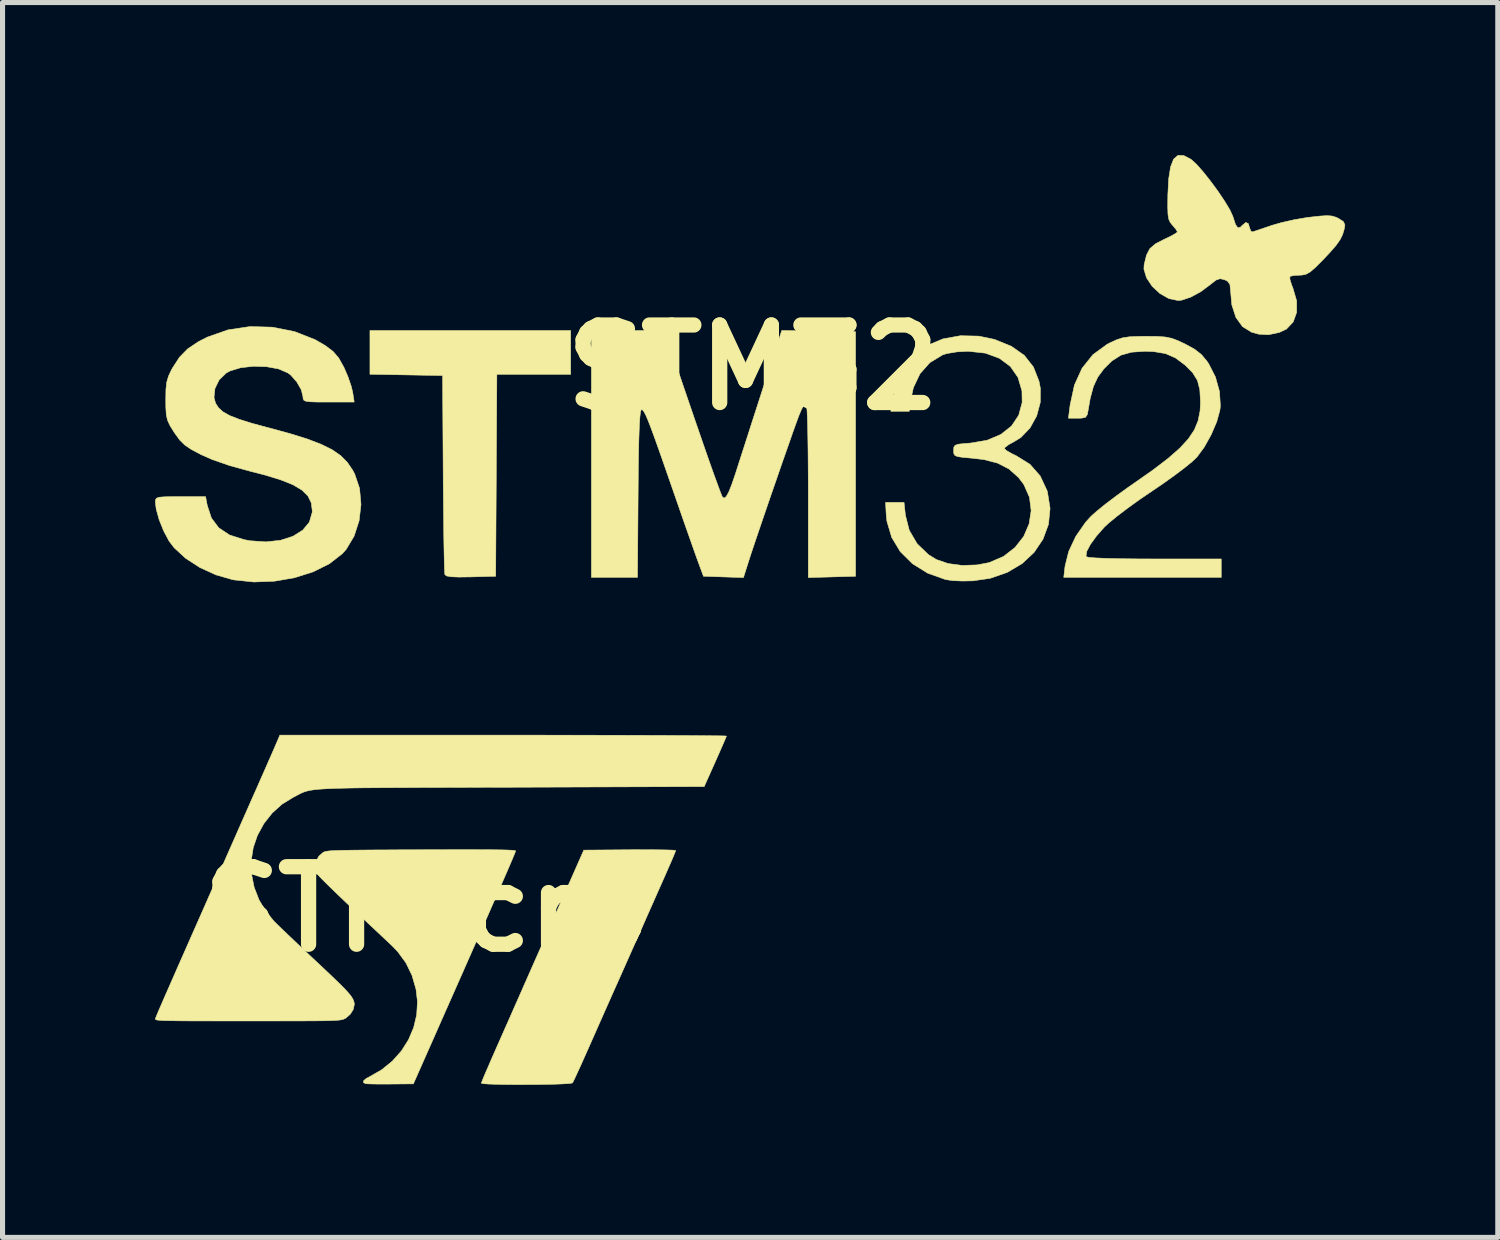
<source format=kicad_pcb>
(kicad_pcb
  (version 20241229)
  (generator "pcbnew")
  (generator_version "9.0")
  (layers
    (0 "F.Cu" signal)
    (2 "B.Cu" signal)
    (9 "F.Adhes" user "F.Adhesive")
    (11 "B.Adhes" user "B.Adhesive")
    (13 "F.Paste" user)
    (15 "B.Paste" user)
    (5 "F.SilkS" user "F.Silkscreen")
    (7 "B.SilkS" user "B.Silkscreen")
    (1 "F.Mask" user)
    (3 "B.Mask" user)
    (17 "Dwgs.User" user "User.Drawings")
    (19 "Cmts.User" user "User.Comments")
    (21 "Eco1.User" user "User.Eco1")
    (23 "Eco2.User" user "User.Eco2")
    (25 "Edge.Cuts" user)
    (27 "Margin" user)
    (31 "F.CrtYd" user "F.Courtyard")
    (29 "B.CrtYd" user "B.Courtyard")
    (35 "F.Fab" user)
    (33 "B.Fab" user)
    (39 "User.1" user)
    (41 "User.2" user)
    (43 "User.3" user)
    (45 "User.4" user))
  (footprint "STMicro"
    (layer "F.Cu")
    (at 5.339 14.824)
    (property "Reference" "STMicro" (at 0 0 0) (layer "F.SilkS") (effects (font (size 1.524 1.524) (thickness 0.3))))
    (attr through_hole)
    (fp_poly (pts (xy 4.389 -1.169) (xy 4.557 -1.167) (xy 4.697 -1.165) (xy 4.804 -1.162) (xy 4.872 -1.158) (xy 4.895 -1.153) (xy 4.885 -1.125) (xy 4.858 -1.058) (xy 4.817 -0.96) (xy 4.763 -0.837) (xy 4.702 -0.697) (xy 4.68 -0.647) (xy 4.604 -0.476) (xy 4.523 -0.294) (xy 4.445 -0.117) (xy 4.374 0.042) (xy 4.321 0.162) (xy 4.276 0.265) (xy 4.214 0.405) (xy 4.139 0.573) (xy 4.054 0.763) (xy 3.964 0.966) (xy 3.872 1.173) (xy 3.816 1.299) (xy 3.715 1.525) (xy 3.606 1.77) (xy 3.494 2.022) (xy 3.385 2.268) (xy 3.284 2.497) (xy 3.196 2.695) (xy 3.173 2.747) (xy 3.098 2.915) (xy 3.03 3.068) (xy 2.969 3.2) (xy 2.92 3.307) (xy 2.885 3.38) (xy 2.867 3.414) (xy 2.866 3.415) (xy 2.836 3.423) (xy 2.764 3.43) (xy 2.656 3.436) (xy 2.52 3.441) (xy 2.362 3.444) (xy 2.189 3.447) (xy 2.007 3.448) (xy 1.825 3.449) (xy 1.648 3.448) (xy 1.483 3.446) (xy 1.337 3.442) (xy 1.217 3.438) (xy 1.129 3.432) (xy 1.081 3.425) (xy 1.074 3.421) (xy 1.084 3.392) (xy 1.111 3.324) (xy 1.154 3.222) (xy 1.21 3.093) (xy 1.275 2.942) (xy 1.349 2.775) (xy 1.364 2.74) (xy 1.451 2.543) (xy 1.543 2.335) (xy 1.635 2.128) (xy 1.72 1.934) (xy 1.795 1.765) (xy 1.841 1.661) (xy 1.942 1.431) (xy 2.06 1.164) (xy 2.191 0.868) (xy 2.332 0.549) (xy 2.479 0.218) (xy 2.627 -0.119) (xy 2.775 -0.454) (xy 2.829 -0.574) (xy 3.088 -1.161) (xy 3.992 -1.168) (xy 4.199 -1.169) (xy 4.389 -1.169)) (stroke (width 0.01) (type solid)) (fill yes) (layer "F.SilkS"))
    (fp_poly (pts (xy 0.87 -1.17) (xy 1.106 -1.169) (xy 1.301 -1.168) (xy 1.458 -1.166) (xy 1.578 -1.163) (xy 1.665 -1.159) (xy 1.72 -1.154) (xy 1.746 -1.149) (xy 1.748 -1.146) (xy 1.742 -1.127) (xy 1.723 -1.079) (xy 1.691 -1.001) (xy 1.645 -0.893) (xy 1.585 -0.753) (xy 1.509 -0.579) (xy 1.419 -0.371) (xy 1.312 -0.128) (xy 1.189 0.153) (xy 1.048 0.471) (xy 0.89 0.829) (xy 0.714 1.228) (xy 0.519 1.669) (xy 0.305 2.152) (xy 0.072 2.68) (xy 0.064 2.697) (xy -0.262 3.434) (xy -0.712 3.438) (xy -0.859 3.438) (xy -0.991 3.438) (xy -1.099 3.436) (xy -1.174 3.433) (xy -1.205 3.43) (xy -1.245 3.406) (xy -1.239 3.371) (xy -1.19 3.329) (xy -1.13 3.297) (xy -0.888 3.159) (xy -0.676 2.987) (xy -0.499 2.789) (xy -0.358 2.567) (xy -0.257 2.328) (xy -0.197 2.076) (xy -0.182 1.816) (xy -0.21 1.576) (xy -0.289 1.302) (xy -0.409 1.055) (xy -0.572 0.833) (xy -0.677 0.724) (xy -0.716 0.687) (xy -0.786 0.621) (xy -0.884 0.529) (xy -1.004 0.416) (xy -1.142 0.287) (xy -1.292 0.145) (xy -1.451 -0.003) (xy -1.454 -0.007) (xy -1.61 -0.154) (xy -1.755 -0.293) (xy -1.885 -0.419) (xy -1.996 -0.528) (xy -2.083 -0.616) (xy -2.142 -0.679) (xy -2.169 -0.712) (xy -2.169 -0.714) (xy -2.194 -0.824) (xy -2.177 -0.938) (xy -2.122 -1.04) (xy -2.039 -1.114) (xy -2.022 -1.123) (xy -2.002 -1.131) (xy -1.974 -1.137) (xy -1.936 -1.143) (xy -1.883 -1.148) (xy -1.812 -1.152) (xy -1.72 -1.155) (xy -1.603 -1.158) (xy -1.458 -1.16) (xy -1.281 -1.162) (xy -1.069 -1.164) (xy -0.818 -1.165) (xy -0.525 -1.167) (xy -0.186 -1.168) (xy -0.106 -1.168) (xy 0.266 -1.169) (xy 0.59 -1.17) (xy 0.87 -1.17)) (stroke (width 0.01) (type solid)) (fill yes) (layer "F.SilkS"))
    (fp_poly (pts (xy 1.968 -3.422) (xy 2.418 -3.421) (xy 2.853 -3.421) (xy 3.269 -3.42) (xy 3.663 -3.419) (xy 4.034 -3.418) (xy 4.379 -3.417) (xy 4.694 -3.416) (xy 4.979 -3.414) (xy 5.23 -3.413) (xy 5.444 -3.411) (xy 5.62 -3.409) (xy 5.754 -3.408) (xy 5.844 -3.406) (xy 5.888 -3.404) (xy 5.892 -3.403) (xy 5.882 -3.376) (xy 5.854 -3.309) (xy 5.812 -3.212) (xy 5.758 -3.089) (xy 5.696 -2.949) (xy 5.673 -2.897) (xy 5.455 -2.41) (xy 1.647 -2.397) (xy 1.132 -2.396) (xy 0.664 -2.394) (xy 0.24 -2.393) (xy -0.14 -2.392) (xy -0.481 -2.39) (xy -0.784 -2.389) (xy -1.052 -2.387) (xy -1.287 -2.385) (xy -1.492 -2.382) (xy -1.67 -2.378) (xy -1.822 -2.374) (xy -1.952 -2.368) (xy -2.061 -2.362) (xy -2.153 -2.355) (xy -2.229 -2.346) (xy -2.293 -2.336) (xy -2.346 -2.324) (xy -2.391 -2.311) (xy -2.431 -2.297) (xy -2.468 -2.28) (xy -2.505 -2.262) (xy -2.544 -2.241) (xy -2.587 -2.218) (xy -2.621 -2.201) (xy -2.843 -2.065) (xy -3.038 -1.89) (xy -3.201 -1.683) (xy -3.329 -1.448) (xy -3.41 -1.211) (xy -3.451 -0.952) (xy -3.444 -0.69) (xy -3.393 -0.432) (xy -3.297 -0.184) (xy -3.16 0.048) (xy -3 0.239) (xy -2.943 0.296) (xy -2.855 0.381) (xy -2.741 0.49) (xy -2.607 0.618) (xy -2.458 0.759) (xy -2.3 0.908) (xy -2.155 1.044) (xy -1.971 1.217) (xy -1.82 1.361) (xy -1.699 1.478) (xy -1.605 1.574) (xy -1.535 1.65) (xy -1.485 1.713) (xy -1.453 1.764) (xy -1.434 1.808) (xy -1.425 1.848) (xy -1.424 1.879) (xy -1.445 1.973) (xy -1.503 2.065) (xy -1.585 2.137) (xy -1.596 2.144) (xy -1.615 2.154) (xy -1.635 2.163) (xy -1.659 2.17) (xy -1.691 2.177) (xy -1.735 2.182) (xy -1.794 2.186) (xy -1.871 2.19) (xy -1.971 2.193) (xy -2.097 2.195) (xy -2.251 2.196) (xy -2.439 2.197) (xy -2.663 2.197) (xy -2.927 2.198) (xy -3.235 2.198) (xy -3.52 2.198) (xy -3.866 2.198) (xy -4.165 2.198) (xy -4.421 2.197) (xy -4.637 2.197) (xy -4.816 2.196) (xy -4.962 2.194) (xy -5.078 2.192) (xy -5.168 2.19) (xy -5.234 2.186) (xy -5.28 2.182) (xy -5.31 2.177) (xy -5.327 2.171) (xy -5.334 2.163) (xy -5.334 2.155) (xy -5.332 2.147) (xy -5.324 2.125) (xy -5.308 2.086) (xy -5.283 2.026) (xy -5.248 1.944) (xy -5.201 1.836) (xy -5.142 1.7) (xy -5.068 1.533) (xy -4.98 1.332) (xy -4.876 1.095) (xy -4.754 0.819) (xy -4.614 0.501) (xy -4.547 0.35) (xy -4.452 0.135) (xy -4.356 -0.082) (xy -4.263 -0.294) (xy -4.175 -0.492) (xy -4.098 -0.668) (xy -4.034 -0.814) (xy -3.996 -0.899) (xy -3.946 -1.013) (xy -3.879 -1.165) (xy -3.799 -1.346) (xy -3.71 -1.548) (xy -3.615 -1.763) (xy -3.518 -1.983) (xy -3.434 -2.173) (xy -3.343 -2.378) (xy -3.256 -2.576) (xy -3.174 -2.761) (xy -3.102 -2.926) (xy -3.041 -3.064) (xy -2.995 -3.17) (xy -2.966 -3.237) (xy -2.964 -3.241) (xy -2.887 -3.422) (xy 1.503 -3.422) (xy 1.968 -3.422)) (stroke (width 0.01) (type solid)) (fill yes) (layer "F.SilkS")))
  (footprint "STM32"
    (layer "F.Cu")
    (at 11.752 4.174)
    (property "Reference" "STM32" (at 0 0 0) (layer "F.SilkS") (effects (font (size 1.524 1.524) (thickness 0.3))))
    (attr through_hole)
    (fp_poly (pts (xy -3.583 0.136) (xy -5.034 0.136) (xy -5.057 4.105) (xy -5.546 4.118) (xy -5.779 4.121) (xy -5.934 4.115) (xy -6.022 4.099) (xy -6.056 4.072) (xy -6.061 4.016) (xy -6.066 3.878) (xy -6.071 3.67) (xy -6.076 3.399) (xy -6.08 3.077) (xy -6.084 2.712) (xy -6.088 2.315) (xy -6.089 2.086) (xy -6.101 0.159) (xy -7.529 0.134) (xy -7.529 -0.726) (xy -3.583 -0.726) (xy -3.583 0.136)) (stroke (width 0.01) (type solid)) (fill yes) (layer "F.SilkS"))
    (fp_poly (pts (xy 1.293 -0.715) (xy 2.018 -0.703) (xy 2.018 4.105) (xy 1.089 4.131) (xy 1.089 2.431) (xy 1.087 2.014) (xy 1.084 1.641) (xy 1.079 1.319) (xy 1.073 1.056) (xy 1.065 0.861) (xy 1.055 0.741) (xy 1.047 0.705) (xy 1.01 0.73) (xy 0.957 0.821) (xy 0.906 0.941) (xy 0.855 1.079) (xy 0.78 1.288) (xy 0.688 1.553) (xy 0.581 1.856) (xy 0.468 2.184) (xy 0.351 2.521) (xy 0.238 2.851) (xy 0.133 3.158) (xy 0.042 3.428) (xy -0.031 3.645) (xy -0.074 3.778) (xy -0.186 4.131) (xy -0.579 4.118) (xy -0.972 4.105) (xy -1.073 3.833) (xy -1.116 3.714) (xy -1.183 3.525) (xy -1.269 3.281) (xy -1.369 2.997) (xy -1.476 2.688) (xy -1.559 2.449) (xy -1.706 2.027) (xy -1.826 1.683) (xy -1.923 1.41) (xy -2 1.2) (xy -2.06 1.045) (xy -2.106 0.938) (xy -2.141 0.872) (xy -2.167 0.838) (xy -2.189 0.829) (xy -2.195 0.83) (xy -2.21 0.871) (xy -2.223 0.985) (xy -2.234 1.175) (xy -2.243 1.445) (xy -2.25 1.798) (xy -2.255 2.236) (xy -2.257 2.487) (xy -2.269 4.128) (xy -3.175 4.128) (xy -3.175 -0.726) (xy -1.742 -0.726) (xy -1.645 -0.442) (xy -1.606 -0.328) (xy -1.542 -0.141) (xy -1.457 0.105) (xy -1.358 0.397) (xy -1.247 0.721) (xy -1.13 1.063) (xy -1.09 1.178) (xy -0.976 1.509) (xy -0.87 1.813) (xy -0.776 2.079) (xy -0.697 2.295) (xy -0.639 2.452) (xy -0.603 2.539) (xy -0.596 2.552) (xy -0.561 2.567) (xy -0.523 2.536) (xy -0.476 2.452) (xy -0.417 2.304) (xy -0.342 2.085) (xy -0.277 1.882) (xy -0.205 1.658) (xy -0.112 1.37) (xy -0.007 1.042) (xy 0.104 0.699) (xy 0.213 0.362) (xy 0.239 0.283) (xy 0.567 -0.727) (xy 1.293 -0.715)) (stroke (width 0.01) (type solid)) (fill yes) (layer "F.SilkS"))
    (fp_poly (pts (xy 7.95 -0.61) (xy 8.105 -0.599) (xy 8.229 -0.574) (xy 8.352 -0.529) (xy 8.496 -0.461) (xy 8.684 -0.358) (xy 8.817 -0.254) (xy 8.927 -0.122) (xy 8.959 -0.075) (xy 9.093 0.187) (xy 9.173 0.475) (xy 9.19 0.754) (xy 9.181 0.839) (xy 9.119 1.066) (xy 9.01 1.321) (xy 8.873 1.567) (xy 8.73 1.761) (xy 8.636 1.851) (xy 8.482 1.976) (xy 8.283 2.126) (xy 8.056 2.288) (xy 7.851 2.427) (xy 7.607 2.593) (xy 7.371 2.763) (xy 7.163 2.921) (xy 6.998 3.056) (xy 6.91 3.137) (xy 6.753 3.316) (xy 6.634 3.48) (xy 6.563 3.615) (xy 6.549 3.707) (xy 6.555 3.721) (xy 6.608 3.734) (xy 6.744 3.745) (xy 6.957 3.754) (xy 7.239 3.76) (xy 7.583 3.764) (xy 7.895 3.765) (xy 9.207 3.765) (xy 9.207 4.128) (xy 6.111 4.128) (xy 6.137 3.903) (xy 6.209 3.616) (xy 6.348 3.32) (xy 6.54 3.044) (xy 6.646 2.927) (xy 6.764 2.822) (xy 6.938 2.681) (xy 7.15 2.521) (xy 7.38 2.355) (xy 7.505 2.268) (xy 7.871 2.011) (xy 8.164 1.787) (xy 8.392 1.587) (xy 8.561 1.403) (xy 8.679 1.226) (xy 8.753 1.046) (xy 8.791 0.854) (xy 8.799 0.68) (xy 8.786 0.438) (xy 8.739 0.255) (xy 8.644 0.102) (xy 8.499 -0.044) (xy 8.308 -0.187) (xy 8.114 -0.272) (xy 7.884 -0.311) (xy 7.708 -0.318) (xy 7.442 -0.3) (xy 7.234 -0.241) (xy 7.055 -0.127) (xy 6.899 0.028) (xy 6.78 0.19) (xy 6.694 0.375) (xy 6.631 0.609) (xy 6.597 0.805) (xy 6.575 0.926) (xy 6.537 0.981) (xy 6.457 0.997) (xy 6.386 0.998) (xy 6.203 0.998) (xy 6.236 0.738) (xy 6.321 0.345) (xy 6.471 0.015) (xy 6.685 -0.252) (xy 6.961 -0.454) (xy 7.02 -0.485) (xy 7.152 -0.545) (xy 7.27 -0.583) (xy 7.402 -0.603) (xy 7.577 -0.611) (xy 7.734 -0.612) (xy 7.95 -0.61)) (stroke (width 0.01) (type solid)) (fill yes) (layer "F.SilkS"))
    (fp_poly (pts (xy 8.466 -4.168) (xy 8.607 -4.095) (xy 8.618 -4.088) (xy 8.72 -3.995) (xy 8.851 -3.847) (xy 8.997 -3.663) (xy 9.143 -3.464) (xy 9.274 -3.269) (xy 9.377 -3.098) (xy 9.435 -2.972) (xy 9.439 -2.959) (xy 9.487 -2.812) (xy 9.532 -2.747) (xy 9.584 -2.757) (xy 9.616 -2.79) (xy 9.691 -2.852) (xy 9.741 -2.827) (xy 9.761 -2.755) (xy 9.789 -2.681) (xy 9.821 -2.665) (xy 9.883 -2.685) (xy 10.005 -2.726) (xy 10.164 -2.78) (xy 10.187 -2.789) (xy 10.388 -2.847) (xy 10.634 -2.903) (xy 10.879 -2.945) (xy 10.938 -2.953) (xy 11.145 -2.976) (xy 11.287 -2.985) (xy 11.386 -2.977) (xy 11.467 -2.952) (xy 11.512 -2.93) (xy 11.608 -2.869) (xy 11.638 -2.804) (xy 11.628 -2.731) (xy 11.594 -2.615) (xy 11.543 -2.511) (xy 11.463 -2.398) (xy 11.34 -2.257) (xy 11.211 -2.12) (xy 11.066 -1.974) (xy 10.961 -1.882) (xy 10.877 -1.834) (xy 10.796 -1.816) (xy 10.75 -1.814) (xy 10.633 -1.808) (xy 10.562 -1.791) (xy 10.556 -1.787) (xy 10.557 -1.734) (xy 10.589 -1.628) (xy 10.617 -1.557) (xy 10.69 -1.308) (xy 10.69 -1.084) (xy 10.622 -0.895) (xy 10.49 -0.755) (xy 10.348 -0.688) (xy 10.134 -0.643) (xy 9.944 -0.654) (xy 9.801 -0.694) (xy 9.625 -0.803) (xy 9.495 -0.984) (xy 9.415 -1.231) (xy 9.39 -1.509) (xy 9.378 -1.63) (xy 9.331 -1.696) (xy 9.271 -1.725) (xy 9.186 -1.745) (xy 9.107 -1.719) (xy 9.002 -1.638) (xy 8.998 -1.634) (xy 8.807 -1.491) (xy 8.609 -1.383) (xy 8.43 -1.323) (xy 8.359 -1.316) (xy 8.177 -1.354) (xy 8.001 -1.454) (xy 7.849 -1.596) (xy 7.738 -1.762) (xy 7.687 -1.932) (xy 7.691 -2.018) (xy 7.738 -2.21) (xy 7.805 -2.338) (xy 7.917 -2.433) (xy 8.077 -2.515) (xy 8.215 -2.581) (xy 8.311 -2.635) (xy 8.346 -2.664) (xy 8.318 -2.714) (xy 8.25 -2.795) (xy 8.247 -2.798) (xy 8.203 -2.853) (xy 8.175 -2.917) (xy 8.16 -3.01) (xy 8.155 -3.152) (xy 8.157 -3.363) (xy 8.157 -3.39) (xy 8.174 -3.709) (xy 8.211 -3.943) (xy 8.27 -4.095) (xy 8.355 -4.169) (xy 8.466 -4.168)) (stroke (width 0.01) (type solid)) (fill yes) (layer "F.SilkS"))
    (fp_poly (pts (xy 4.441 -0.616) (xy 4.748 -0.552) (xy 5.08 -0.417) (xy 5.335 -0.238) (xy 5.515 -0.009) (xy 5.625 0.272) (xy 5.652 0.414) (xy 5.65 0.686) (xy 5.579 0.952) (xy 5.449 1.188) (xy 5.27 1.375) (xy 5.143 1.454) (xy 5.027 1.518) (xy 4.956 1.572) (xy 4.944 1.592) (xy 4.982 1.632) (xy 5.081 1.69) (xy 5.185 1.741) (xy 5.447 1.904) (xy 5.648 2.133) (xy 5.782 2.42) (xy 5.79 2.445) (xy 5.842 2.771) (xy 5.811 3.083) (xy 5.704 3.374) (xy 5.529 3.635) (xy 5.292 3.856) (xy 5.001 4.029) (xy 4.663 4.146) (xy 4.32 4.195) (xy 4.122 4.199) (xy 3.933 4.191) (xy 3.792 4.171) (xy 3.787 4.17) (xy 3.435 4.044) (xy 3.136 3.858) (xy 2.897 3.621) (xy 2.728 3.34) (xy 2.635 3.026) (xy 2.621 2.899) (xy 2.608 2.653) (xy 2.971 2.653) (xy 2.998 2.905) (xy 3.074 3.202) (xy 3.228 3.465) (xy 3.451 3.68) (xy 3.606 3.776) (xy 3.837 3.855) (xy 4.114 3.892) (xy 4.406 3.882) (xy 4.646 3.836) (xy 4.927 3.715) (xy 5.154 3.538) (xy 5.324 3.321) (xy 5.43 3.075) (xy 5.47 2.814) (xy 5.437 2.553) (xy 5.327 2.303) (xy 5.223 2.165) (xy 5.035 1.997) (xy 4.814 1.882) (xy 4.541 1.811) (xy 4.311 1.784) (xy 4.131 1.768) (xy 4.022 1.752) (xy 3.968 1.727) (xy 3.948 1.686) (xy 3.946 1.632) (xy 3.95 1.568) (xy 3.976 1.53) (xy 4.042 1.508) (xy 4.168 1.495) (xy 4.275 1.487) (xy 4.601 1.432) (xy 4.872 1.318) (xy 5.083 1.152) (xy 5.225 0.94) (xy 5.293 0.689) (xy 5.289 0.461) (xy 5.211 0.196) (xy 5.061 -0.02) (xy 4.846 -0.18) (xy 4.571 -0.281) (xy 4.244 -0.317) (xy 4.231 -0.318) (xy 4.007 -0.306) (xy 3.815 -0.274) (xy 3.729 -0.247) (xy 3.479 -0.095) (xy 3.285 0.123) (xy 3.155 0.398) (xy 3.104 0.628) (xy 3.073 0.862) (xy 2.711 0.862) (xy 2.743 0.646) (xy 2.808 0.381) (xy 2.921 0.113) (xy 3.064 -0.121) (xy 3.167 -0.242) (xy 3.427 -0.433) (xy 3.737 -0.562) (xy 4.081 -0.624) (xy 4.441 -0.616)) (stroke (width 0.01) (type solid)) (fill yes) (layer "F.SilkS"))
    (fp_poly (pts (xy -9.446 -0.792) (xy -9.013 -0.706) (xy -8.608 -0.547) (xy -8.406 -0.43) (xy -8.255 -0.316) (xy -8.144 -0.187) (xy -8.044 -0.009) (xy -8.035 0.009) (xy -7.959 0.188) (xy -7.898 0.366) (xy -7.868 0.488) (xy -7.839 0.68) (xy -8.342 0.68) (xy -8.561 0.68) (xy -8.705 0.675) (xy -8.789 0.664) (xy -8.83 0.643) (xy -8.844 0.608) (xy -8.845 0.578) (xy -8.879 0.439) (xy -8.967 0.285) (xy -9.085 0.151) (xy -9.142 0.108) (xy -9.326 0.028) (xy -9.563 -0.015) (xy -9.821 -0.023) (xy -10.07 0.005) (xy -10.28 0.069) (xy -10.355 0.11) (xy -10.493 0.244) (xy -10.576 0.414) (xy -10.595 0.589) (xy -10.564 0.703) (xy -10.506 0.793) (xy -10.418 0.872) (xy -10.289 0.945) (xy -10.106 1.017) (xy -9.859 1.095) (xy -9.534 1.183) (xy -9.524 1.185) (xy -9.102 1.3) (xy -8.76 1.406) (xy -8.487 1.511) (xy -8.271 1.618) (xy -8.104 1.734) (xy -7.974 1.865) (xy -7.871 2.016) (xy -7.83 2.091) (xy -7.733 2.378) (xy -7.705 2.693) (xy -7.742 3.013) (xy -7.84 3.315) (xy -7.995 3.575) (xy -8.072 3.661) (xy -8.326 3.859) (xy -8.646 4.018) (xy -9.012 4.134) (xy -9.405 4.202) (xy -9.808 4.218) (xy -10.201 4.177) (xy -10.233 4.171) (xy -10.559 4.077) (xy -10.874 3.933) (xy -11.154 3.751) (xy -11.378 3.545) (xy -11.478 3.414) (xy -11.584 3.215) (xy -11.673 2.994) (xy -11.731 2.785) (xy -11.748 2.645) (xy -11.744 2.599) (xy -11.723 2.569) (xy -11.67 2.551) (xy -11.567 2.543) (xy -11.399 2.54) (xy -11.254 2.54) (xy -10.76 2.54) (xy -10.728 2.71) (xy -10.646 2.96) (xy -10.501 3.153) (xy -10.289 3.294) (xy -10.003 3.385) (xy -9.887 3.407) (xy -9.573 3.429) (xy -9.288 3.398) (xy -9.043 3.319) (xy -8.85 3.198) (xy -8.72 3.041) (xy -8.665 2.852) (xy -8.663 2.816) (xy -8.683 2.661) (xy -8.748 2.528) (xy -8.866 2.411) (xy -9.045 2.305) (xy -9.294 2.206) (xy -9.619 2.108) (xy -9.882 2.041) (xy -10.285 1.93) (xy -10.634 1.809) (xy -10.85 1.713) (xy -11.038 1.614) (xy -11.168 1.526) (xy -11.267 1.429) (xy -11.361 1.3) (xy -11.377 1.277) (xy -11.459 1.145) (xy -11.508 1.04) (xy -11.533 0.929) (xy -11.542 0.782) (xy -11.543 0.635) (xy -11.54 0.433) (xy -11.524 0.289) (xy -11.489 0.17) (xy -11.429 0.043) (xy -11.409 0.008) (xy -11.273 -0.202) (xy -11.112 -0.366) (xy -10.902 -0.507) (xy -10.725 -0.597) (xy -10.32 -0.739) (xy -9.887 -0.804) (xy -9.446 -0.792)) (stroke (width 0.01) (type solid)) (fill yes) (layer "F.SilkS")))
  (gr_rect
    (start -3 -3)
    (end 26.396 21.277)
    (stroke (width 0.1) (type default))
    (fill no)
    (layer "Edge.Cuts")))
</source>
